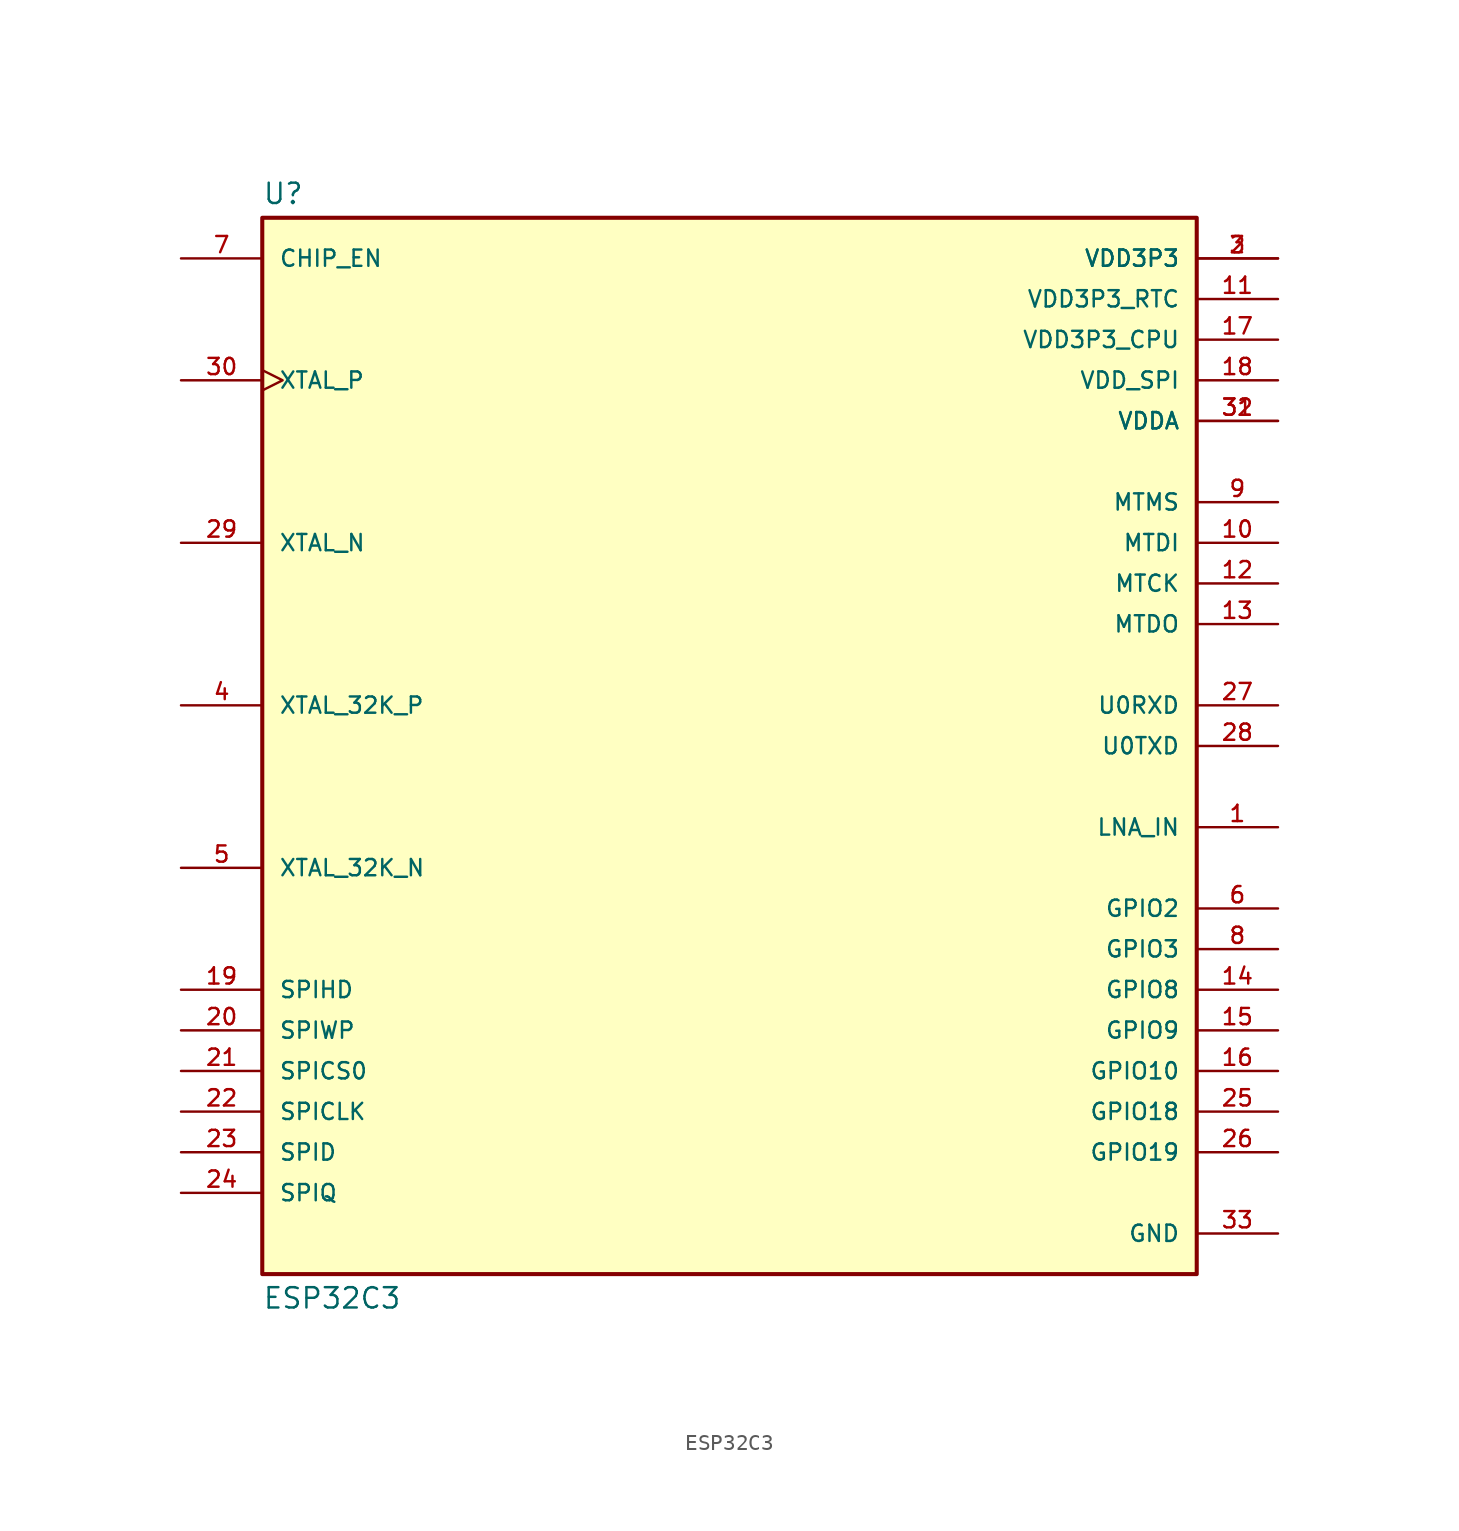
<source format=kicad_sym>
(kicad_symbol_lib
  (version 20211014)
  (generator kicad_symbol_editor)
  (symbol "ESP32C3"
    (pin_names
      (offset 1.016))
    (property "Reference" "U"
      (at -30.48 33.782 0)
      (effects (font (size 1.27 1.27)) (justify bottom left)))
    (property "Value" "ESP32C3"
      (at -30.48 -33.782 0)
      (effects (font (size 1.27 1.27)) (justify top left)))
    (symbol "ESP32C3_0_0"
      (rectangle (start -30.48 -33.02) (end 27.94 33.02) (stroke (width 0.254)) (fill (type background)))
      (pin bidirectional line (at 33.02 -5.08 180.0) (length 5.08) (name "LNA_IN" (effects (font (size 1.016 1.016)))) (number "1" (effects (font (size 1.016 1.016)))))
      (pin power_in line (at 33.02 30.48 180.0) (length 5.08) (name "VDD3P3" (effects (font (size 1.016 1.016)))) (number "2" (effects (font (size 1.016 1.016)))))
      (pin power_in line (at 33.02 30.48 180.0) (length 5.08) (name "VDD3P3" (effects (font (size 1.016 1.016)))) (number "3" (effects (font (size 1.016 1.016)))))
      (pin bidirectional line (at -35.56 2.54 0) (length 5.08) (name "XTAL_32K_P" (effects (font (size 1.016 1.016)))) (number "4" (effects (font (size 1.016 1.016)))))
      (pin bidirectional line (at -35.56 -7.62 0) (length 5.08) (name "XTAL_32K_N" (effects (font (size 1.016 1.016)))) (number "5" (effects (font (size 1.016 1.016)))))
      (pin bidirectional line (at 33.02 -10.16 180.0) (length 5.08) (name "GPIO2" (effects (font (size 1.016 1.016)))) (number "6" (effects (font (size 1.016 1.016)))))
      (pin input line (at -35.56 30.48 0) (length 5.08) (name "CHIP_EN" (effects (font (size 1.016 1.016)))) (number "7" (effects (font (size 1.016 1.016)))))
      (pin bidirectional line (at 33.02 -12.7 180.0) (length 5.08) (name "GPIO3" (effects (font (size 1.016 1.016)))) (number "8" (effects (font (size 1.016 1.016)))))
      (pin bidirectional line (at 33.02 15.24 180.0) (length 5.08) (name "MTMS" (effects (font (size 1.016 1.016)))) (number "9" (effects (font (size 1.016 1.016)))))
      (pin bidirectional line (at 33.02 12.7 180.0) (length 5.08) (name "MTDI" (effects (font (size 1.016 1.016)))) (number "10" (effects (font (size 1.016 1.016)))))
      (pin power_in line (at 33.02 27.94 180.0) (length 5.08) (name "VDD3P3_RTC" (effects (font (size 1.016 1.016)))) (number "11" (effects (font (size 1.016 1.016)))))
      (pin bidirectional line (at 33.02 10.16 180.0) (length 5.08) (name "MTCK" (effects (font (size 1.016 1.016)))) (number "12" (effects (font (size 1.016 1.016)))))
      (pin bidirectional line (at 33.02 7.62 180.0) (length 5.08) (name "MTDO" (effects (font (size 1.016 1.016)))) (number "13" (effects (font (size 1.016 1.016)))))
      (pin bidirectional line (at 33.02 -15.24 180.0) (length 5.08) (name "GPIO8" (effects (font (size 1.016 1.016)))) (number "14" (effects (font (size 1.016 1.016)))))
      (pin bidirectional line (at 33.02 -17.78 180.0) (length 5.08) (name "GPIO9" (effects (font (size 1.016 1.016)))) (number "15" (effects (font (size 1.016 1.016)))))
      (pin bidirectional line (at 33.02 -20.32 180.0) (length 5.08) (name "GPIO10" (effects (font (size 1.016 1.016)))) (number "16" (effects (font (size 1.016 1.016)))))
      (pin bidirectional line (at -35.56 -27.94 0) (length 5.08) (name "SPIQ" (effects (font (size 1.016 1.016)))) (number "24" (effects (font (size 1.016 1.016)))))
      (pin bidirectional line (at -35.56 -25.4 0) (length 5.08) (name "SPID" (effects (font (size 1.016 1.016)))) (number "23" (effects (font (size 1.016 1.016)))))
      (pin bidirectional line (at -35.56 -22.86 0) (length 5.08) (name "SPICLK" (effects (font (size 1.016 1.016)))) (number "22" (effects (font (size 1.016 1.016)))))
      (pin bidirectional line (at -35.56 -20.32 0) (length 5.08) (name "SPICS0" (effects (font (size 1.016 1.016)))) (number "21" (effects (font (size 1.016 1.016)))))
      (pin bidirectional line (at -35.56 -17.78 0) (length 5.08) (name "SPIWP" (effects (font (size 1.016 1.016)))) (number "20" (effects (font (size 1.016 1.016)))))
      (pin bidirectional line (at -35.56 -15.24 0) (length 5.08) (name "SPIHD" (effects (font (size 1.016 1.016)))) (number "19" (effects (font (size 1.016 1.016)))))
      (pin power_in line (at 33.02 22.86 180.0) (length 5.08) (name "VDD_SPI" (effects (font (size 1.016 1.016)))) (number "18" (effects (font (size 1.016 1.016)))))
      (pin power_in line (at 33.02 25.4 180.0) (length 5.08) (name "VDD3P3_CPU" (effects (font (size 1.016 1.016)))) (number "17" (effects (font (size 1.016 1.016)))))
      (pin power_in line (at 33.02 -30.48 180.0) (length 5.08) (name "GND" (effects (font (size 1.016 1.016)))) (number "33" (effects (font (size 1.016 1.016)))))
      (pin power_in line (at 33.02 20.32 180.0) (length 5.08) (name "VDDA" (effects (font (size 1.016 1.016)))) (number "31" (effects (font (size 1.016 1.016)))))
      (pin power_in line (at 33.02 20.32 180.0) (length 5.08) (name "VDDA" (effects (font (size 1.016 1.016)))) (number "32" (effects (font (size 1.016 1.016)))))
      (pin input clock (at -35.56 22.86 0) (length 5.08) (name "XTAL_P" (effects (font (size 1.016 1.016)))) (number "30" (effects (font (size 1.016 1.016)))))
      (pin output line (at -35.56 12.7 0) (length 5.08) (name "XTAL_N" (effects (font (size 1.016 1.016)))) (number "29" (effects (font (size 1.016 1.016)))))
      (pin bidirectional line (at 33.02 0.0 180.0) (length 5.08) (name "U0TXD" (effects (font (size 1.016 1.016)))) (number "28" (effects (font (size 1.016 1.016)))))
      (pin bidirectional line (at 33.02 2.54 180.0) (length 5.08) (name "U0RXD" (effects (font (size 1.016 1.016)))) (number "27" (effects (font (size 1.016 1.016)))))
      (pin bidirectional line (at 33.02 -25.4 180.0) (length 5.08) (name "GPIO19" (effects (font (size 1.016 1.016)))) (number "26" (effects (font (size 1.016 1.016)))))
      (pin bidirectional line (at 33.02 -22.86 180.0) (length 5.08) (name "GPIO18" (effects (font (size 1.016 1.016)))) (number "25" (effects (font (size 1.016 1.016))))))))
</source>
